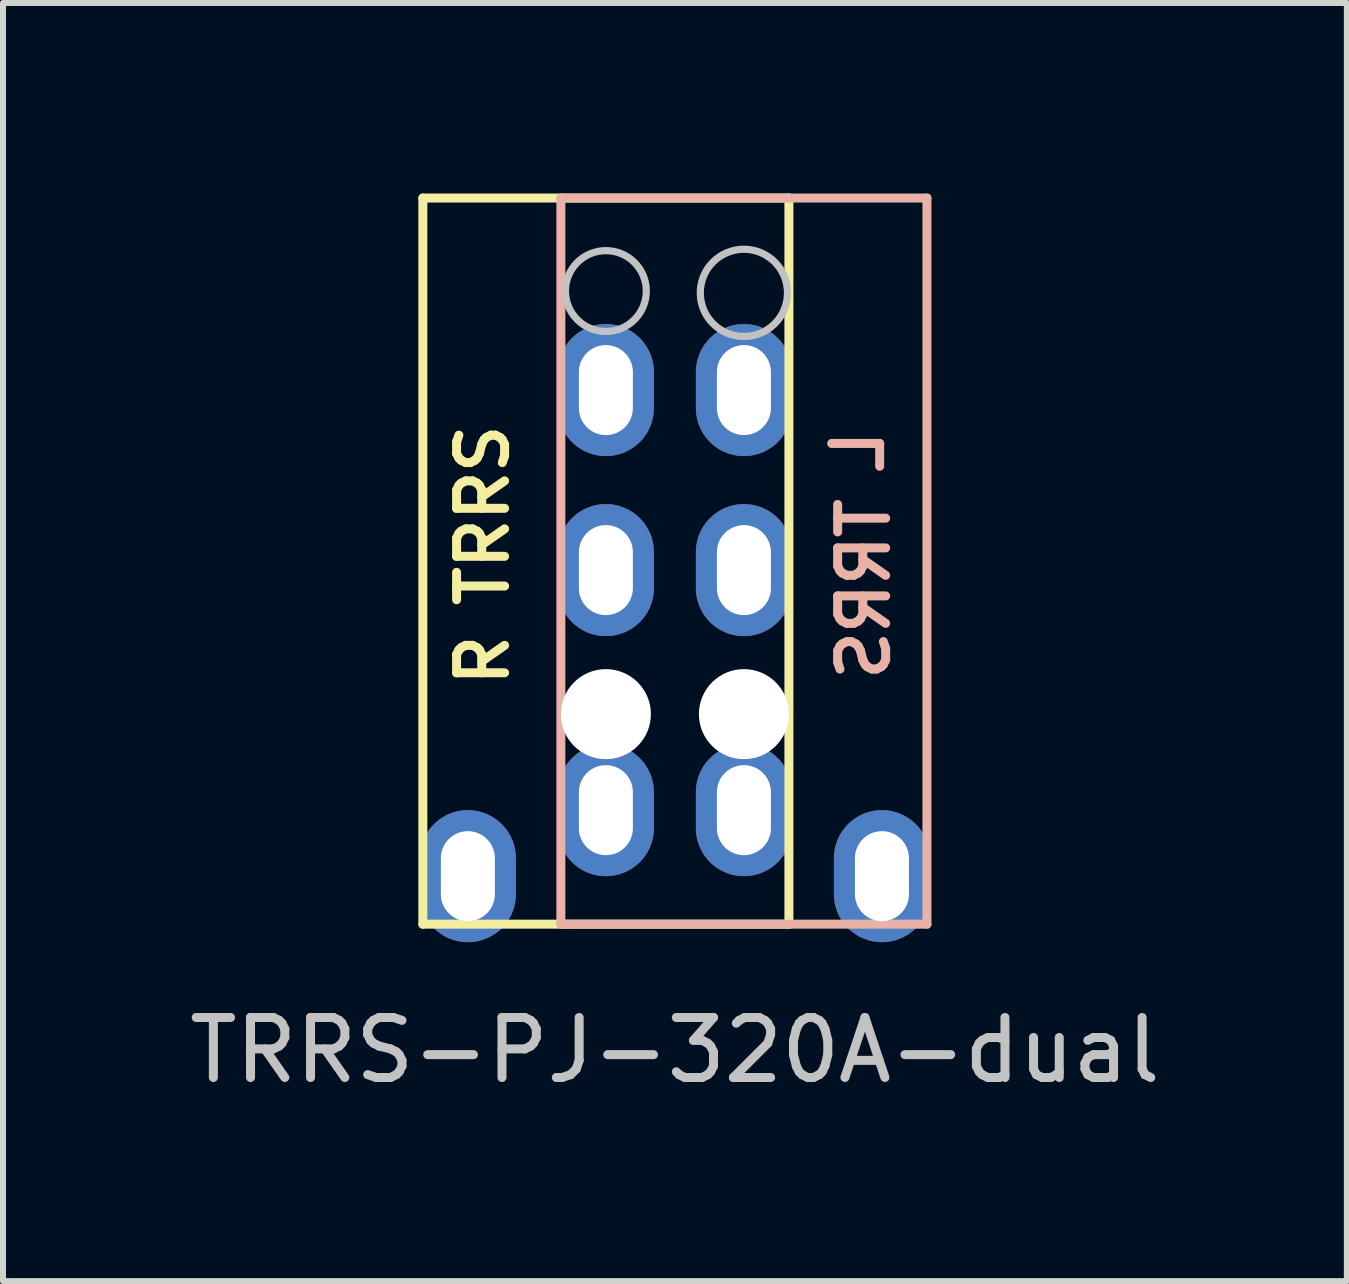
<source format=kicad_pcb>
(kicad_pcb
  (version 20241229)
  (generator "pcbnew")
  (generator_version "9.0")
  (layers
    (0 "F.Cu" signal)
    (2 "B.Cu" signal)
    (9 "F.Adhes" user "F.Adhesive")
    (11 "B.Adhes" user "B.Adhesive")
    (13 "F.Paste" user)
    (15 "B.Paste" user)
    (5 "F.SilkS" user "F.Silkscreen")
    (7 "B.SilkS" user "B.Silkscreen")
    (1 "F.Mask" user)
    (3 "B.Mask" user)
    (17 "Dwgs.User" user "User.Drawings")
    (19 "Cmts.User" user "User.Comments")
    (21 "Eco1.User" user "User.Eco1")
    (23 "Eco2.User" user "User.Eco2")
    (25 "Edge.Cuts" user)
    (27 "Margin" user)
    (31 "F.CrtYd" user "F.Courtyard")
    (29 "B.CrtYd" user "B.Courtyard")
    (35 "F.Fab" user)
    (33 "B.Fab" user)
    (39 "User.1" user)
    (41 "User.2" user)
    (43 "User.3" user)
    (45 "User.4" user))
  (footprint "TRRS-PJ-320A-dual"
    (layer "F.Cu")
    (at 8.196 0.25)
    (property "Reference" "TRRS-PJ-320A-dual" (at 0 14.2 0) (layer "Dwgs.User") (effects (font (size 1 1) (thickness 0.15))))
    (attr through_hole)
    (fp_line (start -4.2 0) (end -4.2 12.1) (stroke (width 0.15) (type solid)) (layer "F.SilkS"))
    (fp_line (start 1.9 0) (end -4.2 0) (stroke (width 0.15) (type solid)) (layer "F.SilkS"))
    (fp_line (start 1.9 0) (end 1.9 12.1) (stroke (width 0.15) (type solid)) (layer "F.SilkS"))
    (fp_line (start 1.9 12.1) (end -4.2 12.1) (stroke (width 0.15) (type solid)) (layer "F.SilkS"))
    (fp_line (start -1.9 0) (end -1.9 12.1) (stroke (width 0.15) (type solid)) (layer "B.SilkS"))
    (fp_line (start -1.9 0) (end 4.2 0) (stroke (width 0.15) (type solid)) (layer "B.SilkS"))
    (fp_line (start -1.9 12.1) (end 4.2 12.1) (stroke (width 0.15) (type solid)) (layer "B.SilkS"))
    (fp_line (start 4.2 0) (end 4.2 12.1) (stroke (width 0.15) (type solid)) (layer "B.SilkS"))
    (fp_circle (center -1.15 1.55) (end -0.64 1.99) (stroke (width 0.12) (type solid)) (fill no) (layer "Dwgs.User"))
    (fp_circle (center 1.15 1.58) (end 1.75 1.99) (stroke (width 0.12) (type solid)) (fill no) (layer "Dwgs.User"))
    (fp_text user "R" (at -3.2 8.2 270) (layer "F.SilkS") (effects (font (size 0.8 0.8) (thickness 0.15)) (justify left)))
    (fp_text user "TRRS" (at -3.2 3.7 270) (layer "F.SilkS") (effects (font (size 0.8 0.8) (thickness 0.15)) (justify right)))
    (fp_text user "L" (at 3.05 3.8 90) (layer "B.SilkS") (effects (font (size 0.8 0.8) (thickness 0.15)) (justify left mirror)))
    (fp_text user "TRRS" (at 3.15 8.1 270) (layer "B.SilkS") (effects (font (size 0.8 0.8) (thickness 0.15)) (justify right mirror)))
    (pad "" np_thru_hole circle (at -1.15 8.6) (size 1.5 1.5) (drill 1.5) (layers "*.Cu" "*.Mask"))
    (pad "" np_thru_hole circle (at 1.15 8.6) (size 1.5 1.5) (drill 1.5) (layers "*.Cu" "*.Mask"))
    (pad "1" thru_hole oval (at -3.45 11.3) (size 1.6 2.2) (drill oval 0.9 1.5) (layers "*.Cu" "*.Mask"))
    (pad "1" thru_hole oval (at 3.45 11.3) (size 1.6 2.2) (drill oval 0.9 1.5) (layers "*.Cu" "*.Mask"))
    (pad "2" thru_hole oval (at -1.15 10.2) (size 1.6 2.2) (drill oval 0.9 1.5) (layers "*.Cu" "*.Mask"))
    (pad "2" thru_hole oval (at 1.15 10.2) (size 1.6 2.2) (drill oval 0.9 1.5) (layers "*.Cu" "*.Mask"))
    (pad "3" thru_hole oval (at -1.15 6.2) (size 1.6 2.2) (drill oval 0.9 1.5) (layers "*.Cu" "*.Mask"))
    (pad "3" thru_hole oval (at 1.15 6.2) (size 1.6 2.2) (drill oval 0.9 1.5) (layers "*.Cu" "*.Mask"))
    (pad "4" thru_hole oval (at -1.15 3.2) (size 1.6 2.2) (drill oval 0.9 1.5) (layers "*.Cu" "*.Mask"))
    (pad "4" thru_hole oval (at 1.15 3.2) (size 1.6 2.2) (drill oval 0.9 1.5) (layers "*.Cu" "*.Mask")))
  (gr_rect
    (start -3 -3)
    (end 19.393 18.298)
    (stroke (width 0.1) (type default))
    (fill no)
    (layer "Edge.Cuts")))
</source>
